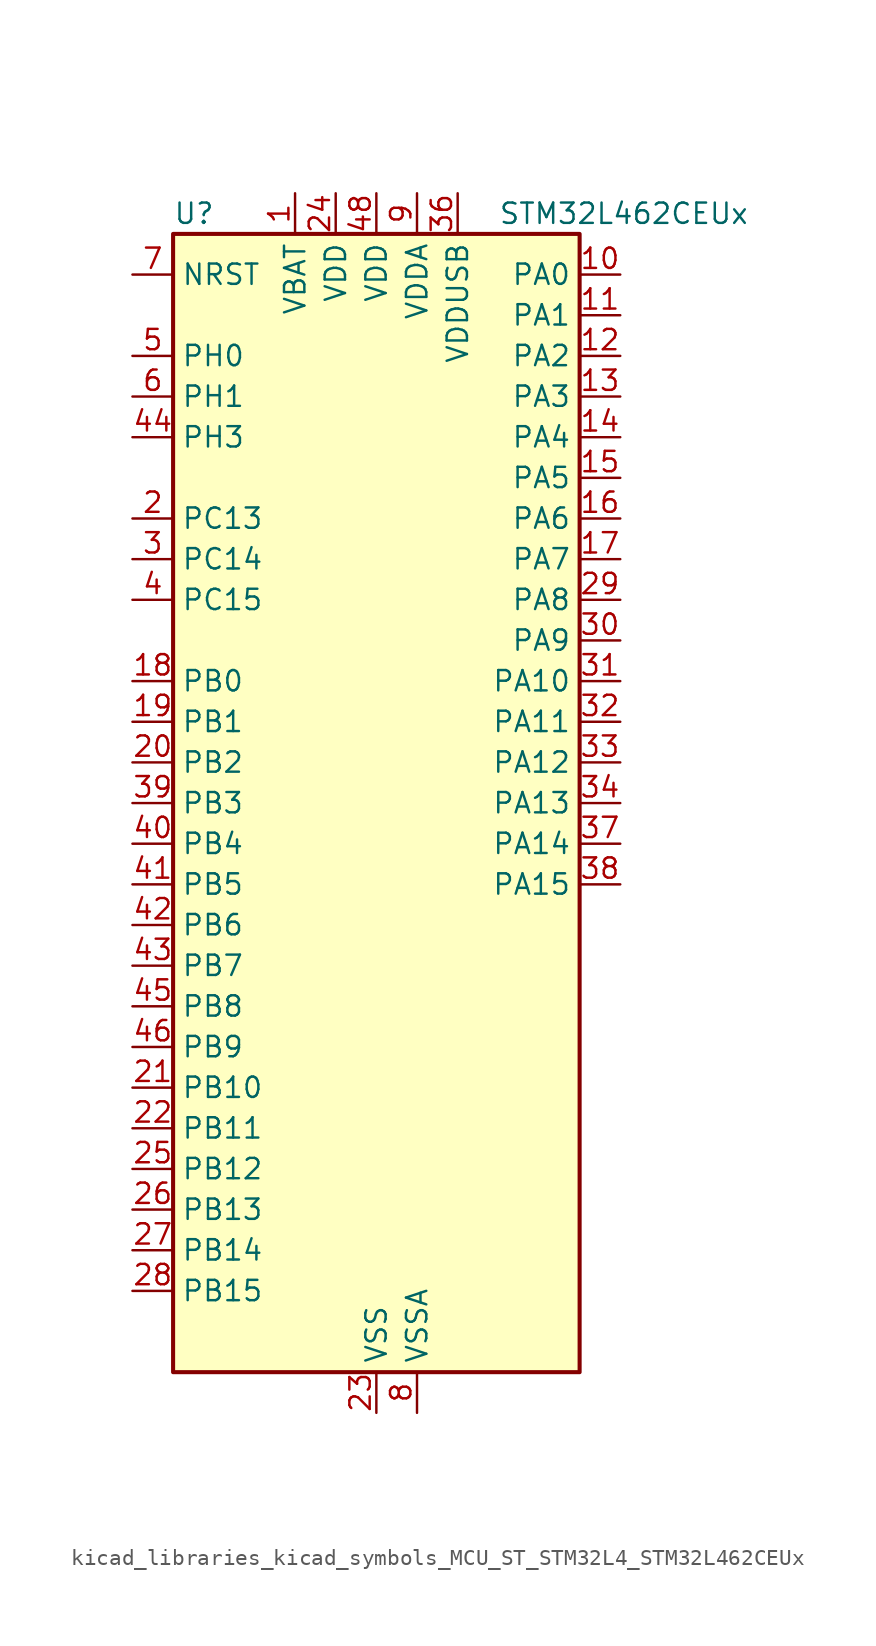
<source format=kicad_sym>
(kicad_symbol_lib
  (version 20220914)
  (generator kicad_symbol_editor)
  (symbol "kicad_libraries_kicad_symbols_MCU_ST_STM32L4_STM32L462CEUx"
    (property "Reference" "U"
      (at -12.7 36.83 0)
      (effects (font (size 1.27 1.27)) (justify left)))
    (property "Value" "STM32L462CEUx"
      (at 7.62 36.83 0)
      (effects (font (size 1.27 1.27)) (justify left)))
    (property "ki_locked" ""
      (at 0 0 0)
      (effects (font (size 1.27 1.27))))
    (symbol "kicad_libraries_kicad_symbols_MCU_ST_STM32L4_STM32L462CEUx_0_1"
      (rectangle (start -12.7 -35.56) (end 12.7 35.56) (stroke (width 0.254) (type default)) (fill (type background))))
    (symbol "kicad_libraries_kicad_symbols_MCU_ST_STM32L4_STM32L462CEUx_1_1"
      (pin power_in line (at -5.08 38.1 270) (length 2.54) (name "VBAT" (effects (font (size 1.27 1.27)))) (number "1" (effects (font (size 1.27 1.27)))))
      (pin bidirectional line (at 15.24 33.02 180) (length 2.54) (name "PA0" (effects (font (size 1.27 1.27)))) (number "10" (effects (font (size 1.27 1.27)))) (alternate "ADC1_IN5" bidirectional line) (alternate "COMP1_INM" bidirectional line) (alternate "COMP1_OUT" bidirectional line) (alternate "OPAMP1_VINP" bidirectional line) (alternate "RTC_TAMP2" bidirectional line) (alternate "SAI1_EXTCLK" bidirectional line) (alternate "SYS_WKUP1" bidirectional line) (alternate "TIM2_CH1" bidirectional line) (alternate "TIM2_ETR" bidirectional line) (alternate "UART4_TX" bidirectional line) (alternate "USART2_CTS" bidirectional line))
      (pin bidirectional line (at 15.24 30.48 180) (length 2.54) (name "PA1" (effects (font (size 1.27 1.27)))) (number "11" (effects (font (size 1.27 1.27)))) (alternate "ADC1_IN6" bidirectional line) (alternate "COMP1_INP" bidirectional line) (alternate "I2C1_SMBA" bidirectional line) (alternate "OPAMP1_VINM" bidirectional line) (alternate "SPI1_SCK" bidirectional line) (alternate "TIM15_CH1N" bidirectional line) (alternate "TIM2_CH2" bidirectional line) (alternate "UART4_RX" bidirectional line) (alternate "USART2_DE" bidirectional line) (alternate "USART2_RTS" bidirectional line))
      (pin bidirectional line (at 15.24 27.94 180) (length 2.54) (name "PA2" (effects (font (size 1.27 1.27)))) (number "12" (effects (font (size 1.27 1.27)))) (alternate "ADC1_IN7" bidirectional line) (alternate "COMP2_INM" bidirectional line) (alternate "COMP2_OUT" bidirectional line) (alternate "LPUART1_TX" bidirectional line) (alternate "QUADSPI_BK1_NCS" bidirectional line) (alternate "RCC_LSCO" bidirectional line) (alternate "SYS_WKUP4" bidirectional line) (alternate "TIM15_CH1" bidirectional line) (alternate "TIM2_CH3" bidirectional line) (alternate "USART2_TX" bidirectional line))
      (pin bidirectional line (at 15.24 25.4 180) (length 2.54) (name "PA3" (effects (font (size 1.27 1.27)))) (number "13" (effects (font (size 1.27 1.27)))) (alternate "ADC1_IN8" bidirectional line) (alternate "COMP2_INP" bidirectional line) (alternate "LPUART1_RX" bidirectional line) (alternate "OPAMP1_VOUT" bidirectional line) (alternate "QUADSPI_CLK" bidirectional line) (alternate "SAI1_MCLK_A" bidirectional line) (alternate "TIM15_CH2" bidirectional line) (alternate "TIM2_CH4" bidirectional line) (alternate "USART2_RX" bidirectional line))
      (pin bidirectional line (at 15.24 22.86 180) (length 2.54) (name "PA4" (effects (font (size 1.27 1.27)))) (number "14" (effects (font (size 1.27 1.27)))) (alternate "ADC1_IN9" bidirectional line) (alternate "COMP1_INM" bidirectional line) (alternate "COMP2_INM" bidirectional line) (alternate "DAC1_OUT1" bidirectional line) (alternate "LPTIM2_OUT" bidirectional line) (alternate "SAI1_FS_B" bidirectional line) (alternate "SPI1_NSS" bidirectional line) (alternate "SPI3_NSS" bidirectional line) (alternate "USART2_CK" bidirectional line))
      (pin bidirectional line (at 15.24 20.32 180) (length 2.54) (name "PA5" (effects (font (size 1.27 1.27)))) (number "15" (effects (font (size 1.27 1.27)))) (alternate "ADC1_IN10" bidirectional line) (alternate "COMP1_INM" bidirectional line) (alternate "COMP2_INM" bidirectional line) (alternate "DFSDM1_CKOUT" bidirectional line) (alternate "LPTIM2_ETR" bidirectional line) (alternate "SPI1_SCK" bidirectional line) (alternate "TIM2_CH1" bidirectional line) (alternate "TIM2_ETR" bidirectional line))
      (pin bidirectional line (at 15.24 17.78 180) (length 2.54) (name "PA6" (effects (font (size 1.27 1.27)))) (number "16" (effects (font (size 1.27 1.27)))) (alternate "ADC1_IN11" bidirectional line) (alternate "COMP1_OUT" bidirectional line) (alternate "LPUART1_CTS" bidirectional line) (alternate "QUADSPI_BK1_IO3" bidirectional line) (alternate "SPI1_MISO" bidirectional line) (alternate "TIM16_CH1" bidirectional line) (alternate "TIM1_BKIN" bidirectional line) (alternate "TIM1_BKIN_COMP2" bidirectional line) (alternate "TIM3_CH1" bidirectional line) (alternate "USART3_CTS" bidirectional line))
      (pin bidirectional line (at 15.24 15.24 180) (length 2.54) (name "PA7" (effects (font (size 1.27 1.27)))) (number "17" (effects (font (size 1.27 1.27)))) (alternate "ADC1_IN12" bidirectional line) (alternate "COMP2_OUT" bidirectional line) (alternate "DFSDM1_DATIN0" bidirectional line) (alternate "I2C3_SCL" bidirectional line) (alternate "QUADSPI_BK1_IO2" bidirectional line) (alternate "SPI1_MOSI" bidirectional line) (alternate "TIM1_CH1N" bidirectional line) (alternate "TIM3_CH2" bidirectional line))
      (pin bidirectional line (at -15.24 7.62 0) (length 2.54) (name "PB0" (effects (font (size 1.27 1.27)))) (number "18" (effects (font (size 1.27 1.27)))) (alternate "ADC1_IN15" bidirectional line) (alternate "COMP1_OUT" bidirectional line) (alternate "DFSDM1_CKIN0" bidirectional line) (alternate "QUADSPI_BK1_IO1" bidirectional line) (alternate "SAI1_EXTCLK" bidirectional line) (alternate "SPI1_NSS" bidirectional line) (alternate "TIM1_CH2N" bidirectional line) (alternate "TIM3_CH3" bidirectional line) (alternate "USART3_CK" bidirectional line))
      (pin bidirectional line (at -15.24 5.08 0) (length 2.54) (name "PB1" (effects (font (size 1.27 1.27)))) (number "19" (effects (font (size 1.27 1.27)))) (alternate "ADC1_IN16" bidirectional line) (alternate "COMP1_INM" bidirectional line) (alternate "DFSDM1_DATIN0" bidirectional line) (alternate "LPTIM2_IN1" bidirectional line) (alternate "LPUART1_DE" bidirectional line) (alternate "LPUART1_RTS" bidirectional line) (alternate "QUADSPI_BK1_IO0" bidirectional line) (alternate "TIM1_CH3N" bidirectional line) (alternate "TIM3_CH4" bidirectional line) (alternate "USART3_DE" bidirectional line) (alternate "USART3_RTS" bidirectional line))
      (pin bidirectional line (at -15.24 17.78 0) (length 2.54) (name "PC13" (effects (font (size 1.27 1.27)))) (number "2" (effects (font (size 1.27 1.27)))) (alternate "RTC_OUT_ALARM" bidirectional line) (alternate "RTC_OUT_CALIB" bidirectional line) (alternate "RTC_TAMP1" bidirectional line) (alternate "RTC_TS" bidirectional line) (alternate "SYS_WKUP2" bidirectional line))
      (pin bidirectional line (at -15.24 2.54 0) (length 2.54) (name "PB2" (effects (font (size 1.27 1.27)))) (number "20" (effects (font (size 1.27 1.27)))) (alternate "COMP1_INP" bidirectional line) (alternate "DFSDM1_CKIN0" bidirectional line) (alternate "I2C3_SMBA" bidirectional line) (alternate "LPTIM1_OUT" bidirectional line) (alternate "RTC_OUT_ALARM" bidirectional line) (alternate "RTC_OUT_CALIB" bidirectional line))
      (pin bidirectional line (at -15.24 -17.78 0) (length 2.54) (name "PB10" (effects (font (size 1.27 1.27)))) (number "21" (effects (font (size 1.27 1.27)))) (alternate "COMP1_OUT" bidirectional line) (alternate "I2C2_SCL" bidirectional line) (alternate "I2C4_SCL" bidirectional line) (alternate "LPUART1_RX" bidirectional line) (alternate "QUADSPI_CLK" bidirectional line) (alternate "SAI1_SCK_A" bidirectional line) (alternate "SPI2_SCK" bidirectional line) (alternate "TIM2_CH3" bidirectional line) (alternate "TSC_SYNC" bidirectional line) (alternate "USART3_TX" bidirectional line))
      (pin bidirectional line (at -15.24 -20.32 0) (length 2.54) (name "PB11" (effects (font (size 1.27 1.27)))) (number "22" (effects (font (size 1.27 1.27)))) (alternate "ADC1_EXTI11" bidirectional line) (alternate "COMP2_OUT" bidirectional line) (alternate "I2C2_SDA" bidirectional line) (alternate "I2C4_SDA" bidirectional line) (alternate "LPUART1_TX" bidirectional line) (alternate "QUADSPI_BK1_NCS" bidirectional line) (alternate "TIM2_CH4" bidirectional line) (alternate "USART3_RX" bidirectional line))
      (pin power_in line (at 0 -38.1 90) (length 2.54) (name "VSS" (effects (font (size 1.27 1.27)))) (number "23" (effects (font (size 1.27 1.27)))))
      (pin power_in line (at -2.54 38.1 270) (length 2.54) (name "VDD" (effects (font (size 1.27 1.27)))) (number "24" (effects (font (size 1.27 1.27)))))
      (pin bidirectional line (at -15.24 -22.86 0) (length 2.54) (name "PB12" (effects (font (size 1.27 1.27)))) (number "25" (effects (font (size 1.27 1.27)))) (alternate "CAN1_RX" bidirectional line) (alternate "DFSDM1_DATIN1" bidirectional line) (alternate "I2C2_SMBA" bidirectional line) (alternate "LPUART1_DE" bidirectional line) (alternate "LPUART1_RTS" bidirectional line) (alternate "SAI1_FS_A" bidirectional line) (alternate "SPI2_NSS" bidirectional line) (alternate "TIM15_BKIN" bidirectional line) (alternate "TIM1_BKIN" bidirectional line) (alternate "TIM1_BKIN_COMP2" bidirectional line) (alternate "TSC_G1_IO1" bidirectional line) (alternate "USART3_CK" bidirectional line))
      (pin bidirectional line (at -15.24 -25.4 0) (length 2.54) (name "PB13" (effects (font (size 1.27 1.27)))) (number "26" (effects (font (size 1.27 1.27)))) (alternate "CAN1_TX" bidirectional line) (alternate "DFSDM1_CKIN1" bidirectional line) (alternate "I2C2_SCL" bidirectional line) (alternate "LPUART1_CTS" bidirectional line) (alternate "SAI1_SCK_A" bidirectional line) (alternate "SPI2_SCK" bidirectional line) (alternate "TIM15_CH1N" bidirectional line) (alternate "TIM1_CH1N" bidirectional line) (alternate "TSC_G1_IO2" bidirectional line) (alternate "USART3_CTS" bidirectional line))
      (pin bidirectional line (at -15.24 -27.94 0) (length 2.54) (name "PB14" (effects (font (size 1.27 1.27)))) (number "27" (effects (font (size 1.27 1.27)))) (alternate "DFSDM1_DATIN2" bidirectional line) (alternate "I2C2_SDA" bidirectional line) (alternate "SAI1_MCLK_A" bidirectional line) (alternate "SPI2_MISO" bidirectional line) (alternate "TIM15_CH1" bidirectional line) (alternate "TIM1_CH2N" bidirectional line) (alternate "TSC_G1_IO3" bidirectional line) (alternate "USART3_DE" bidirectional line) (alternate "USART3_RTS" bidirectional line))
      (pin bidirectional line (at -15.24 -30.48 0) (length 2.54) (name "PB15" (effects (font (size 1.27 1.27)))) (number "28" (effects (font (size 1.27 1.27)))) (alternate "ADC1_EXTI15" bidirectional line) (alternate "DFSDM1_CKIN2" bidirectional line) (alternate "RTC_REFIN" bidirectional line) (alternate "SAI1_SD_A" bidirectional line) (alternate "SPI2_MOSI" bidirectional line) (alternate "TIM15_CH2" bidirectional line) (alternate "TIM1_CH3N" bidirectional line) (alternate "TSC_G1_IO4" bidirectional line))
      (pin bidirectional line (at 15.24 12.7 180) (length 2.54) (name "PA8" (effects (font (size 1.27 1.27)))) (number "29" (effects (font (size 1.27 1.27)))) (alternate "DFSDM1_CKIN1" bidirectional line) (alternate "LPTIM2_OUT" bidirectional line) (alternate "RCC_MCO" bidirectional line) (alternate "SAI1_SCK_A" bidirectional line) (alternate "TIM1_CH1" bidirectional line) (alternate "USART1_CK" bidirectional line))
      (pin bidirectional line (at -15.24 15.24 0) (length 2.54) (name "PC14" (effects (font (size 1.27 1.27)))) (number "3" (effects (font (size 1.27 1.27)))) (alternate "RCC_OSC32_IN" bidirectional line))
      (pin bidirectional line (at 15.24 10.16 180) (length 2.54) (name "PA9" (effects (font (size 1.27 1.27)))) (number "30" (effects (font (size 1.27 1.27)))) (alternate "DAC1_EXTI9" bidirectional line) (alternate "DFSDM1_DATIN1" bidirectional line) (alternate "I2C1_SCL" bidirectional line) (alternate "SAI1_FS_A" bidirectional line) (alternate "TIM15_BKIN" bidirectional line) (alternate "TIM1_CH2" bidirectional line) (alternate "USART1_TX" bidirectional line))
      (pin bidirectional line (at 15.24 7.62 180) (length 2.54) (name "PA10" (effects (font (size 1.27 1.27)))) (number "31" (effects (font (size 1.27 1.27)))) (alternate "CRS_SYNC" bidirectional line) (alternate "I2C1_SDA" bidirectional line) (alternate "SAI1_SD_A" bidirectional line) (alternate "TIM1_CH3" bidirectional line) (alternate "USART1_RX" bidirectional line))
      (pin bidirectional line (at 15.24 5.08 180) (length 2.54) (name "PA11" (effects (font (size 1.27 1.27)))) (number "32" (effects (font (size 1.27 1.27)))) (alternate "ADC1_EXTI11" bidirectional line) (alternate "CAN1_RX" bidirectional line) (alternate "COMP1_OUT" bidirectional line) (alternate "SPI1_MISO" bidirectional line) (alternate "TIM1_BKIN2" bidirectional line) (alternate "TIM1_BKIN2_COMP1" bidirectional line) (alternate "TIM1_CH4" bidirectional line) (alternate "USART1_CTS" bidirectional line) (alternate "USB_DM" bidirectional line))
      (pin bidirectional line (at 15.24 2.54 180) (length 2.54) (name "PA12" (effects (font (size 1.27 1.27)))) (number "33" (effects (font (size 1.27 1.27)))) (alternate "CAN1_TX" bidirectional line) (alternate "SPI1_MOSI" bidirectional line) (alternate "TIM1_ETR" bidirectional line) (alternate "USART1_DE" bidirectional line) (alternate "USART1_RTS" bidirectional line) (alternate "USB_DP" bidirectional line))
      (pin bidirectional line (at 15.24 0 180) (length 2.54) (name "PA13" (effects (font (size 1.27 1.27)))) (number "34" (effects (font (size 1.27 1.27)))) (alternate "IR_OUT" bidirectional line) (alternate "SAI1_SD_B" bidirectional line) (alternate "SYS_JTMS-SWDIO" bidirectional line) (alternate "USB_NOE" bidirectional line))
      (pin passive line (at 0 -38.1 90) (length 2.54) hide (name "VSS" (effects (font (size 1.27 1.27)))) (number "35" (effects (font (size 1.27 1.27)))))
      (pin power_in line (at 5.08 38.1 270) (length 2.54) (name "VDDUSB" (effects (font (size 1.27 1.27)))) (number "36" (effects (font (size 1.27 1.27)))))
      (pin bidirectional line (at 15.24 -2.54 180) (length 2.54) (name "PA14" (effects (font (size 1.27 1.27)))) (number "37" (effects (font (size 1.27 1.27)))) (alternate "I2C1_SMBA" bidirectional line) (alternate "I2C4_SMBA" bidirectional line) (alternate "LPTIM1_OUT" bidirectional line) (alternate "SAI1_FS_B" bidirectional line) (alternate "SYS_JTCK-SWCLK" bidirectional line))
      (pin bidirectional line (at 15.24 -5.08 180) (length 2.54) (name "PA15" (effects (font (size 1.27 1.27)))) (number "38" (effects (font (size 1.27 1.27)))) (alternate "ADC1_EXTI15" bidirectional line) (alternate "SPI1_NSS" bidirectional line) (alternate "SPI3_NSS" bidirectional line) (alternate "SYS_JTDI" bidirectional line) (alternate "TIM2_CH1" bidirectional line) (alternate "TIM2_ETR" bidirectional line) (alternate "UART4_DE" bidirectional line) (alternate "UART4_RTS" bidirectional line) (alternate "USART2_RX" bidirectional line) (alternate "USART3_DE" bidirectional line) (alternate "USART3_RTS" bidirectional line))
      (pin bidirectional line (at -15.24 0 0) (length 2.54) (name "PB3" (effects (font (size 1.27 1.27)))) (number "39" (effects (font (size 1.27 1.27)))) (alternate "COMP2_INM" bidirectional line) (alternate "SAI1_SCK_B" bidirectional line) (alternate "SPI1_SCK" bidirectional line) (alternate "SPI3_SCK" bidirectional line) (alternate "SYS_JTDO-SWO" bidirectional line) (alternate "TIM2_CH2" bidirectional line) (alternate "USART1_DE" bidirectional line) (alternate "USART1_RTS" bidirectional line))
      (pin bidirectional line (at -15.24 12.7 0) (length 2.54) (name "PC15" (effects (font (size 1.27 1.27)))) (number "4" (effects (font (size 1.27 1.27)))) (alternate "ADC1_EXTI15" bidirectional line) (alternate "RCC_OSC32_OUT" bidirectional line))
      (pin bidirectional line (at -15.24 -2.54 0) (length 2.54) (name "PB4" (effects (font (size 1.27 1.27)))) (number "40" (effects (font (size 1.27 1.27)))) (alternate "COMP2_INP" bidirectional line) (alternate "I2C3_SDA" bidirectional line) (alternate "SAI1_MCLK_B" bidirectional line) (alternate "SPI1_MISO" bidirectional line) (alternate "SPI3_MISO" bidirectional line) (alternate "SYS_JTRST" bidirectional line) (alternate "TIM3_CH1" bidirectional line) (alternate "TSC_G2_IO1" bidirectional line) (alternate "USART1_CTS" bidirectional line))
      (pin bidirectional line (at -15.24 -5.08 0) (length 2.54) (name "PB5" (effects (font (size 1.27 1.27)))) (number "41" (effects (font (size 1.27 1.27)))) (alternate "CAN1_RX" bidirectional line) (alternate "COMP2_OUT" bidirectional line) (alternate "I2C1_SMBA" bidirectional line) (alternate "LPTIM1_IN1" bidirectional line) (alternate "SAI1_SD_B" bidirectional line) (alternate "SPI1_MOSI" bidirectional line) (alternate "SPI3_MOSI" bidirectional line) (alternate "TIM16_BKIN" bidirectional line) (alternate "TIM3_CH2" bidirectional line) (alternate "TSC_G2_IO2" bidirectional line) (alternate "USART1_CK" bidirectional line))
      (pin bidirectional line (at -15.24 -7.62 0) (length 2.54) (name "PB6" (effects (font (size 1.27 1.27)))) (number "42" (effects (font (size 1.27 1.27)))) (alternate "CAN1_TX" bidirectional line) (alternate "COMP2_INP" bidirectional line) (alternate "I2C1_SCL" bidirectional line) (alternate "I2C4_SCL" bidirectional line) (alternate "LPTIM1_ETR" bidirectional line) (alternate "SAI1_FS_B" bidirectional line) (alternate "TIM16_CH1N" bidirectional line) (alternate "TSC_G2_IO3" bidirectional line) (alternate "USART1_TX" bidirectional line))
      (pin bidirectional line (at -15.24 -10.16 0) (length 2.54) (name "PB7" (effects (font (size 1.27 1.27)))) (number "43" (effects (font (size 1.27 1.27)))) (alternate "COMP2_INM" bidirectional line) (alternate "I2C1_SDA" bidirectional line) (alternate "I2C4_SDA" bidirectional line) (alternate "LPTIM1_IN2" bidirectional line) (alternate "SYS_PVD_IN" bidirectional line) (alternate "TSC_G2_IO4" bidirectional line) (alternate "UART4_CTS" bidirectional line) (alternate "USART1_RX" bidirectional line))
      (pin bidirectional line (at -15.24 22.86 0) (length 2.54) (name "PH3" (effects (font (size 1.27 1.27)))) (number "44" (effects (font (size 1.27 1.27)))))
      (pin bidirectional line (at -15.24 -12.7 0) (length 2.54) (name "PB8" (effects (font (size 1.27 1.27)))) (number "45" (effects (font (size 1.27 1.27)))) (alternate "CAN1_RX" bidirectional line) (alternate "I2C1_SCL" bidirectional line) (alternate "SAI1_MCLK_A" bidirectional line) (alternate "TIM16_CH1" bidirectional line))
      (pin bidirectional line (at -15.24 -15.24 0) (length 2.54) (name "PB9" (effects (font (size 1.27 1.27)))) (number "46" (effects (font (size 1.27 1.27)))) (alternate "CAN1_TX" bidirectional line) (alternate "DAC1_EXTI9" bidirectional line) (alternate "I2C1_SDA" bidirectional line) (alternate "IR_OUT" bidirectional line) (alternate "SAI1_FS_A" bidirectional line) (alternate "SPI2_NSS" bidirectional line))
      (pin passive line (at 0 -38.1 90) (length 2.54) hide (name "VSS" (effects (font (size 1.27 1.27)))) (number "47" (effects (font (size 1.27 1.27)))))
      (pin power_in line (at 0 38.1 270) (length 2.54) (name "VDD" (effects (font (size 1.27 1.27)))) (number "48" (effects (font (size 1.27 1.27)))))
      (pin passive line (at 0 -38.1 90) (length 2.54) hide (name "VSS" (effects (font (size 1.27 1.27)))) (number "49" (effects (font (size 1.27 1.27)))))
      (pin bidirectional line (at -15.24 27.94 0) (length 2.54) (name "PH0" (effects (font (size 1.27 1.27)))) (number "5" (effects (font (size 1.27 1.27)))) (alternate "RCC_OSC_IN" bidirectional line))
      (pin bidirectional line (at -15.24 25.4 0) (length 2.54) (name "PH1" (effects (font (size 1.27 1.27)))) (number "6" (effects (font (size 1.27 1.27)))) (alternate "RCC_OSC_OUT" bidirectional line))
      (pin input line (at -15.24 33.02 0) (length 2.54) (name "NRST" (effects (font (size 1.27 1.27)))) (number "7" (effects (font (size 1.27 1.27)))))
      (pin power_in line (at 2.54 -38.1 90) (length 2.54) (name "VSSA" (effects (font (size 1.27 1.27)))) (number "8" (effects (font (size 1.27 1.27)))))
      (pin power_in line (at 2.54 38.1 270) (length 2.54) (name "VDDA" (effects (font (size 1.27 1.27)))) (number "9" (effects (font (size 1.27 1.27))))))))
</source>
